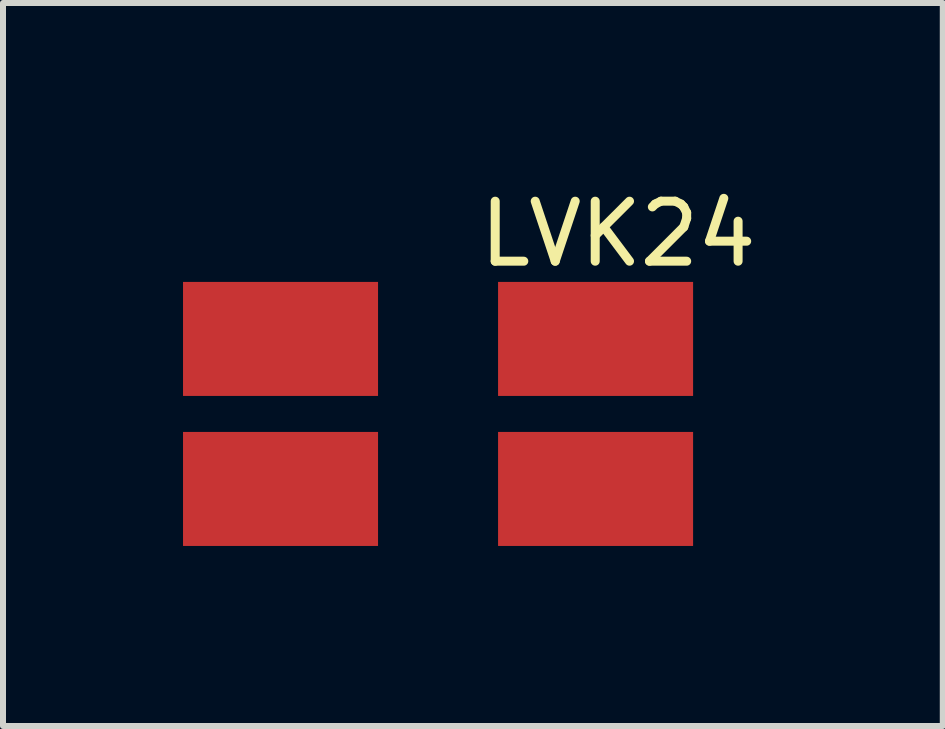
<source format=kicad_pcb>
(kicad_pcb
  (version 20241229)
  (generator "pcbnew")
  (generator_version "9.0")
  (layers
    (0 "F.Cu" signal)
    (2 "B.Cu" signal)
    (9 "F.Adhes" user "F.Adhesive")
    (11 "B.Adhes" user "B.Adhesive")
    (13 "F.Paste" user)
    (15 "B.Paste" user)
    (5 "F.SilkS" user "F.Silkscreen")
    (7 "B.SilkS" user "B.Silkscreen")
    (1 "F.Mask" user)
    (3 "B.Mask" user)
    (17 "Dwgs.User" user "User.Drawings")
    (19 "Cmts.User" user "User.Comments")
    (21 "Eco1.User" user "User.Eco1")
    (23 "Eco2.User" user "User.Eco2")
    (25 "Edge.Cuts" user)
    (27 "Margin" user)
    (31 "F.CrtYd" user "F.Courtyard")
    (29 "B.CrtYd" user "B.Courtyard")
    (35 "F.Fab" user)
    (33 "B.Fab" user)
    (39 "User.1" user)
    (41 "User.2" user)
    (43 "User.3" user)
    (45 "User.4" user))
  (footprint "LVK24"
    (layer "F.Cu")
    (at 4.25 3.848)
    (property "Reference" "LVK24" (at 3 -3 0) (layer "F.SilkS") (effects (font (size 1 1) (thickness 0.15))))
    (attr through_hole)
    (pad "1" smd rect (at -2.625 -1.25 180) (size 3.25 1.9) (layers "F.Cu" "F.Mask" "F.Paste"))
    (pad "2" smd rect (at -2.625 1.25) (size 3.25 1.9) (layers "F.Cu" "F.Mask" "F.Paste"))
    (pad "3" smd rect (at 2.625 1.25) (size 3.25 1.9) (layers "F.Cu" "F.Mask" "F.Paste"))
    (pad "4" smd rect (at 2.625 -1.25 180) (size 3.25 1.9) (layers "F.Cu" "F.Mask" "F.Paste")))
  (gr_rect
    (start -3 -3)
    (end 12.661 9.048)
    (stroke (width 0.1) (type default))
    (fill no)
    (layer "Edge.Cuts")))
</source>
